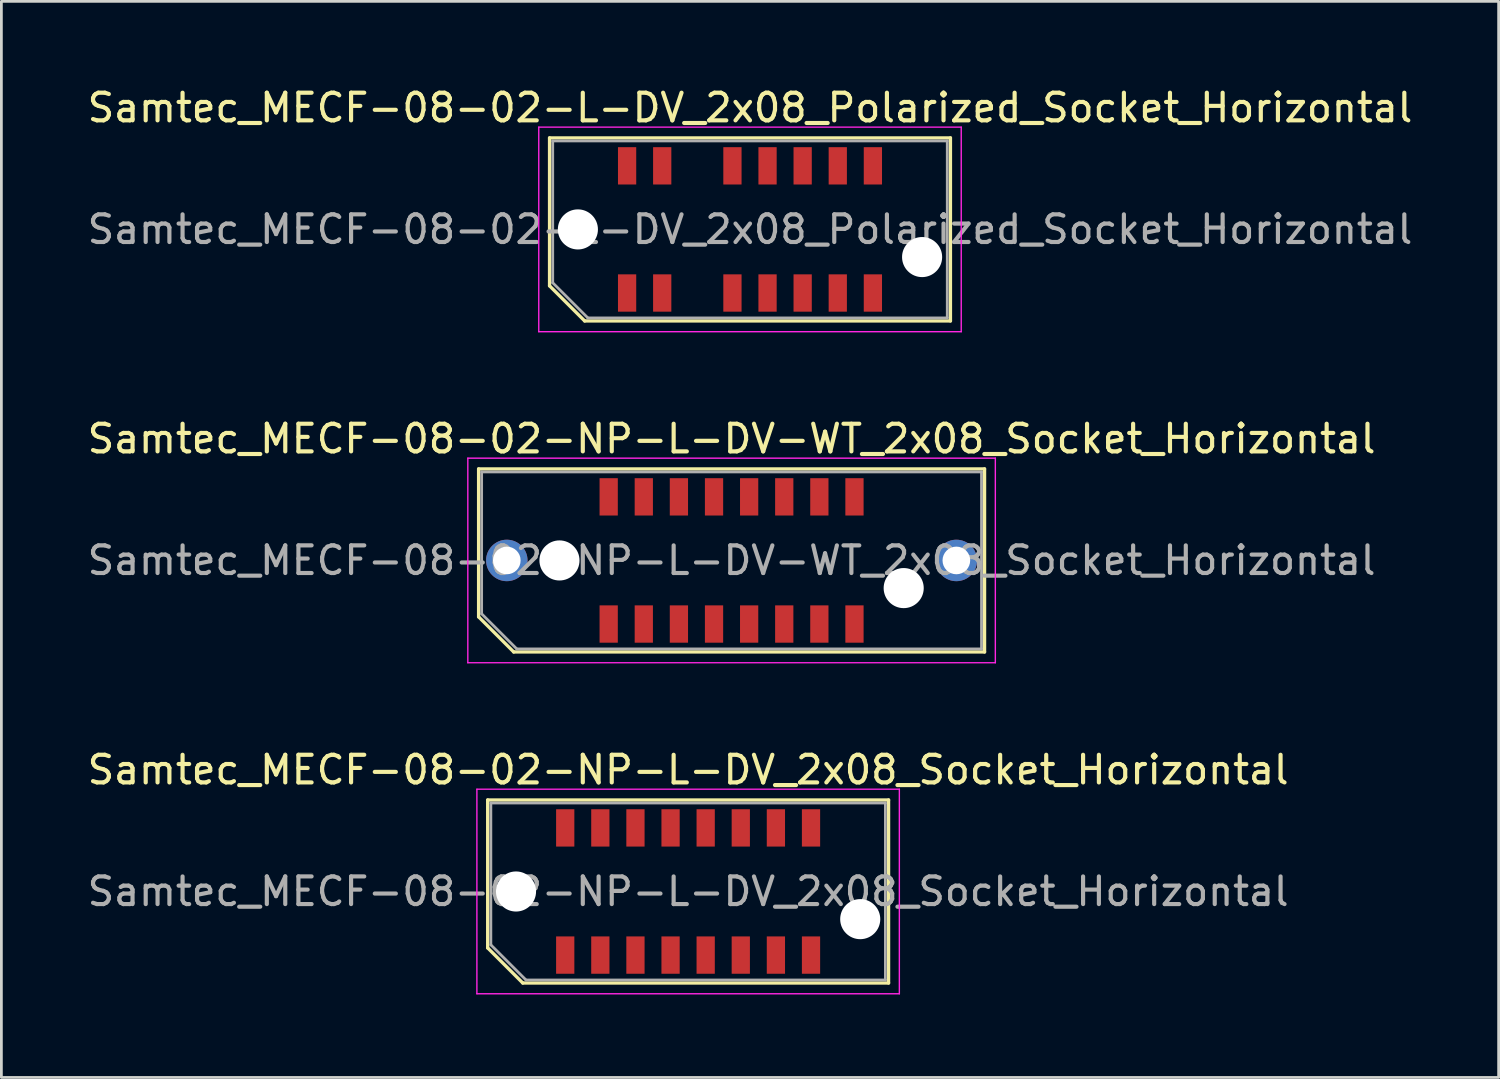
<source format=kicad_pcb>
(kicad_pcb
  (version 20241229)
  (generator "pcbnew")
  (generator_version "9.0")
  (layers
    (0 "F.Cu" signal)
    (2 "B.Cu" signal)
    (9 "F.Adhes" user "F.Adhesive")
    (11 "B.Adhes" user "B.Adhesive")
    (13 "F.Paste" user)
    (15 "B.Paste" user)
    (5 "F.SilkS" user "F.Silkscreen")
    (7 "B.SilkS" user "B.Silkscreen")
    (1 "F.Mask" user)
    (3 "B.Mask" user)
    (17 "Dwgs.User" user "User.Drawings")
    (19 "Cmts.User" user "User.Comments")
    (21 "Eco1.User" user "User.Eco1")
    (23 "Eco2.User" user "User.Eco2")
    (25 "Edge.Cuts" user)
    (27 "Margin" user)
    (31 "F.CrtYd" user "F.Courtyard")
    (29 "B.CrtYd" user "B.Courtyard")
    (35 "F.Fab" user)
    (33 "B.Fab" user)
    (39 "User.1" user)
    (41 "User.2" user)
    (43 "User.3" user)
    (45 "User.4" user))
  (footprint "Samtec_MECF-08-02-NP-L-DV-WT_2x08_Socket_Horizontal"
    (layer "F.Cu")
    (at 23.411 17.221)
    (property "Reference" "Samtec_MECF-08-02-NP-L-DV-WT_2x08_Socket_Horizontal" (at 0 -4.4 0) (layer "F.SilkS") (effects (font (size 1 1) (thickness 0.15))))
    (attr smd)
    (fp_line (start -9.15 -3.31) (end 9.15 -3.31) (stroke (width 0.12) (type solid)) (layer "F.SilkS"))
    (fp_line (start -9.15 2.04) (end -9.15 -3.31) (stroke (width 0.12) (type solid)) (layer "F.SilkS"))
    (fp_line (start -7.88 3.31) (end -9.15 2.04) (stroke (width 0.12) (type solid)) (layer "F.SilkS"))
    (fp_line (start -7.88 3.31) (end 9.15 3.31) (stroke (width 0.12) (type solid)) (layer "F.SilkS"))
    (fp_line (start 9.15 3.31) (end 9.15 -3.31) (stroke (width 0.12) (type solid)) (layer "F.SilkS"))
    (fp_line (start -9.54 -3.7) (end -9.54 3.7) (stroke (width 0.05) (type solid)) (layer "F.CrtYd"))
    (fp_line (start -9.54 3.7) (end 9.54 3.7) (stroke (width 0.05) (type solid)) (layer "F.CrtYd"))
    (fp_line (start 9.54 -3.7) (end -9.54 -3.7) (stroke (width 0.05) (type solid)) (layer "F.CrtYd"))
    (fp_line (start 9.54 3.7) (end 9.54 -3.7) (stroke (width 0.05) (type solid)) (layer "F.CrtYd"))
    (fp_line (start -9.04 -3.2) (end 9.04 -3.2) (stroke (width 0.1) (type solid)) (layer "F.Fab"))
    (fp_line (start -9.04 1.93) (end -9.04 -3.2) (stroke (width 0.1) (type solid)) (layer "F.Fab"))
    (fp_line (start -9.04 1.93) (end -7.77 3.2) (stroke (width 0.1) (type solid)) (layer "F.Fab"))
    (fp_line (start -7.77 3.2) (end 9.04 3.2) (stroke (width 0.1) (type solid)) (layer "F.Fab"))
    (fp_line (start 9.04 3.2) (end 9.04 -3.2) (stroke (width 0.1) (type solid)) (layer "F.Fab"))
    (fp_text user "${REFERENCE}" (at 0 0 0) (layer "F.Fab") (effects (font (size 1 1) (thickness 0.15))))
    (pad "" thru_hole circle (at -8.13 0) (size 1.5 1.5) (drill 1) (layers "*.Cu" "*.Mask"))
    (pad "" np_thru_hole circle (at -6.225 0) (size 1.45 1.45) (drill 1.45) (layers "*.Cu" "*.Mask"))
    (pad "" np_thru_hole circle (at 6.225 1) (size 1.45 1.45) (drill 1.45) (layers "*.Cu" "*.Mask"))
    (pad "" thru_hole circle (at 8.13 0) (size 1.5 1.5) (drill 1) (layers "*.Cu" "*.Mask"))
    (pad "1" smd rect (at -4.445 2.3) (size 0.66 1.35) (layers "F.Cu" "F.Mask" "F.Paste"))
    (pad "2" smd rect (at -4.445 -2.3) (size 0.66 1.35) (layers "F.Cu" "F.Mask" "F.Paste"))
    (pad "3" smd rect (at -3.175 2.3) (size 0.66 1.35) (layers "F.Cu" "F.Mask" "F.Paste"))
    (pad "4" smd rect (at -3.175 -2.3) (size 0.66 1.35) (layers "F.Cu" "F.Mask" "F.Paste"))
    (pad "5" smd rect (at -1.905 2.3) (size 0.66 1.35) (layers "F.Cu" "F.Mask" "F.Paste"))
    (pad "6" smd rect (at -1.905 -2.3) (size 0.66 1.35) (layers "F.Cu" "F.Mask" "F.Paste"))
    (pad "7" smd rect (at -0.635 2.3) (size 0.66 1.35) (layers "F.Cu" "F.Mask" "F.Paste"))
    (pad "8" smd rect (at -0.635 -2.3) (size 0.66 1.35) (layers "F.Cu" "F.Mask" "F.Paste"))
    (pad "9" smd rect (at 0.635 2.3) (size 0.66 1.35) (layers "F.Cu" "F.Mask" "F.Paste"))
    (pad "10" smd rect (at 0.635 -2.3) (size 0.66 1.35) (layers "F.Cu" "F.Mask" "F.Paste"))
    (pad "11" smd rect (at 1.905 2.3) (size 0.66 1.35) (layers "F.Cu" "F.Mask" "F.Paste"))
    (pad "12" smd rect (at 1.905 -2.3) (size 0.66 1.35) (layers "F.Cu" "F.Mask" "F.Paste"))
    (pad "13" smd rect (at 3.175 2.3) (size 0.66 1.35) (layers "F.Cu" "F.Mask" "F.Paste"))
    (pad "14" smd rect (at 3.175 -2.3) (size 0.66 1.35) (layers "F.Cu" "F.Mask" "F.Paste"))
    (pad "15" smd rect (at 4.445 2.3) (size 0.66 1.35) (layers "F.Cu" "F.Mask" "F.Paste"))
    (pad "16" smd rect (at 4.445 -2.3) (size 0.66 1.35) (layers "F.Cu" "F.Mask" "F.Paste")))
  (footprint "Samtec_MECF-08-02-L-DV_2x08_Polarized_Socket_Horizontal"
    (layer "F.Cu")
    (at 24.077 5.248)
    (property "Reference" "Samtec_MECF-08-02-L-DV_2x08_Polarized_Socket_Horizontal" (at 0 -4.4 0) (layer "F.SilkS") (effects (font (size 1 1) (thickness 0.15))))
    (attr smd)
    (fp_line (start -7.25 -3.31) (end 7.25 -3.31) (stroke (width 0.12) (type solid)) (layer "F.SilkS"))
    (fp_line (start -7.25 2.04) (end -7.25 -3.31) (stroke (width 0.12) (type solid)) (layer "F.SilkS"))
    (fp_line (start -5.98 3.31) (end -7.25 2.04) (stroke (width 0.12) (type solid)) (layer "F.SilkS"))
    (fp_line (start -5.98 3.31) (end 7.25 3.31) (stroke (width 0.12) (type solid)) (layer "F.SilkS"))
    (fp_line (start 7.25 3.31) (end 7.25 -3.31) (stroke (width 0.12) (type solid)) (layer "F.SilkS"))
    (fp_line (start -7.64 -3.7) (end -7.64 3.7) (stroke (width 0.05) (type solid)) (layer "F.CrtYd"))
    (fp_line (start -7.64 3.7) (end 7.64 3.7) (stroke (width 0.05) (type solid)) (layer "F.CrtYd"))
    (fp_line (start 7.64 -3.7) (end -7.64 -3.7) (stroke (width 0.05) (type solid)) (layer "F.CrtYd"))
    (fp_line (start 7.64 3.7) (end 7.64 -3.7) (stroke (width 0.05) (type solid)) (layer "F.CrtYd"))
    (fp_line (start -7.135 -3.2) (end 7.135 -3.2) (stroke (width 0.1) (type solid)) (layer "F.Fab"))
    (fp_line (start -7.135 1.93) (end -7.135 -3.2) (stroke (width 0.1) (type solid)) (layer "F.Fab"))
    (fp_line (start -7.135 1.93) (end -5.865 3.2) (stroke (width 0.1) (type solid)) (layer "F.Fab"))
    (fp_line (start -5.865 3.2) (end 7.135 3.2) (stroke (width 0.1) (type solid)) (layer "F.Fab"))
    (fp_line (start 7.135 3.2) (end 7.135 -3.2) (stroke (width 0.1) (type solid)) (layer "F.Fab"))
    (fp_text user "${REFERENCE}" (at 0 0 0) (layer "F.Fab") (effects (font (size 1 1) (thickness 0.15))))
    (pad "" np_thru_hole circle (at -6.225 0) (size 1.45 1.45) (drill 1.45) (layers "*.Cu" "*.Mask"))
    (pad "" np_thru_hole circle (at 6.225 1) (size 1.45 1.45) (drill 1.45) (layers "*.Cu" "*.Mask"))
    (pad "1" smd rect (at -4.445 2.3) (size 0.66 1.35) (layers "F.Cu" "F.Mask" "F.Paste"))
    (pad "2" smd rect (at -4.445 -2.3) (size 0.66 1.35) (layers "F.Cu" "F.Mask" "F.Paste"))
    (pad "3" smd rect (at -3.175 2.3) (size 0.66 1.35) (layers "F.Cu" "F.Mask" "F.Paste"))
    (pad "4" smd rect (at -3.175 -2.3) (size 0.66 1.35) (layers "F.Cu" "F.Mask" "F.Paste"))
    (pad "7" smd rect (at -0.635 2.3) (size 0.66 1.35) (layers "F.Cu" "F.Mask" "F.Paste"))
    (pad "8" smd rect (at -0.635 -2.3) (size 0.66 1.35) (layers "F.Cu" "F.Mask" "F.Paste"))
    (pad "9" smd rect (at 0.635 2.3) (size 0.66 1.35) (layers "F.Cu" "F.Mask" "F.Paste"))
    (pad "10" smd rect (at 0.635 -2.3) (size 0.66 1.35) (layers "F.Cu" "F.Mask" "F.Paste"))
    (pad "11" smd rect (at 1.905 2.3) (size 0.66 1.35) (layers "F.Cu" "F.Mask" "F.Paste"))
    (pad "12" smd rect (at 1.905 -2.3) (size 0.66 1.35) (layers "F.Cu" "F.Mask" "F.Paste"))
    (pad "13" smd rect (at 3.175 2.3) (size 0.66 1.35) (layers "F.Cu" "F.Mask" "F.Paste"))
    (pad "14" smd rect (at 3.175 -2.3) (size 0.66 1.35) (layers "F.Cu" "F.Mask" "F.Paste"))
    (pad "15" smd rect (at 4.445 2.3) (size 0.66 1.35) (layers "F.Cu" "F.Mask" "F.Paste"))
    (pad "16" smd rect (at 4.445 -2.3) (size 0.66 1.35) (layers "F.Cu" "F.Mask" "F.Paste")))
  (footprint "Samtec_MECF-08-02-NP-L-DV_2x08_Socket_Horizontal"
    (layer "F.Cu")
    (at 21.839 29.195)
    (property "Reference" "Samtec_MECF-08-02-NP-L-DV_2x08_Socket_Horizontal" (at 0 -4.4 0) (layer "F.SilkS") (effects (font (size 1 1) (thickness 0.15))))
    (attr smd)
    (fp_line (start -7.25 -3.31) (end 7.25 -3.31) (stroke (width 0.12) (type solid)) (layer "F.SilkS"))
    (fp_line (start -7.25 2.04) (end -7.25 -3.31) (stroke (width 0.12) (type solid)) (layer "F.SilkS"))
    (fp_line (start -5.98 3.31) (end -7.25 2.04) (stroke (width 0.12) (type solid)) (layer "F.SilkS"))
    (fp_line (start -5.98 3.31) (end 7.25 3.31) (stroke (width 0.12) (type solid)) (layer "F.SilkS"))
    (fp_line (start 7.25 3.31) (end 7.25 -3.31) (stroke (width 0.12) (type solid)) (layer "F.SilkS"))
    (fp_line (start -7.64 -3.7) (end -7.64 3.7) (stroke (width 0.05) (type solid)) (layer "F.CrtYd"))
    (fp_line (start -7.64 3.7) (end 7.64 3.7) (stroke (width 0.05) (type solid)) (layer "F.CrtYd"))
    (fp_line (start 7.64 -3.7) (end -7.64 -3.7) (stroke (width 0.05) (type solid)) (layer "F.CrtYd"))
    (fp_line (start 7.64 3.7) (end 7.64 -3.7) (stroke (width 0.05) (type solid)) (layer "F.CrtYd"))
    (fp_line (start -7.135 -3.2) (end 7.135 -3.2) (stroke (width 0.1) (type solid)) (layer "F.Fab"))
    (fp_line (start -7.135 1.93) (end -7.135 -3.2) (stroke (width 0.1) (type solid)) (layer "F.Fab"))
    (fp_line (start -7.135 1.93) (end -5.865 3.2) (stroke (width 0.1) (type solid)) (layer "F.Fab"))
    (fp_line (start -5.865 3.2) (end 7.135 3.2) (stroke (width 0.1) (type solid)) (layer "F.Fab"))
    (fp_line (start 7.135 3.2) (end 7.135 -3.2) (stroke (width 0.1) (type solid)) (layer "F.Fab"))
    (fp_text user "${REFERENCE}" (at 0 0 0) (layer "F.Fab") (effects (font (size 1 1) (thickness 0.15))))
    (pad "" np_thru_hole circle (at -6.225 0) (size 1.45 1.45) (drill 1.45) (layers "*.Cu" "*.Mask"))
    (pad "" np_thru_hole circle (at 6.225 1) (size 1.45 1.45) (drill 1.45) (layers "*.Cu" "*.Mask"))
    (pad "1" smd rect (at -4.445 2.3) (size 0.66 1.35) (layers "F.Cu" "F.Mask" "F.Paste"))
    (pad "2" smd rect (at -4.445 -2.3) (size 0.66 1.35) (layers "F.Cu" "F.Mask" "F.Paste"))
    (pad "3" smd rect (at -3.175 2.3) (size 0.66 1.35) (layers "F.Cu" "F.Mask" "F.Paste"))
    (pad "4" smd rect (at -3.175 -2.3) (size 0.66 1.35) (layers "F.Cu" "F.Mask" "F.Paste"))
    (pad "5" smd rect (at -1.905 2.3) (size 0.66 1.35) (layers "F.Cu" "F.Mask" "F.Paste"))
    (pad "6" smd rect (at -1.905 -2.3) (size 0.66 1.35) (layers "F.Cu" "F.Mask" "F.Paste"))
    (pad "7" smd rect (at -0.635 2.3) (size 0.66 1.35) (layers "F.Cu" "F.Mask" "F.Paste"))
    (pad "8" smd rect (at -0.635 -2.3) (size 0.66 1.35) (layers "F.Cu" "F.Mask" "F.Paste"))
    (pad "9" smd rect (at 0.635 2.3) (size 0.66 1.35) (layers "F.Cu" "F.Mask" "F.Paste"))
    (pad "10" smd rect (at 0.635 -2.3) (size 0.66 1.35) (layers "F.Cu" "F.Mask" "F.Paste"))
    (pad "11" smd rect (at 1.905 2.3) (size 0.66 1.35) (layers "F.Cu" "F.Mask" "F.Paste"))
    (pad "12" smd rect (at 1.905 -2.3) (size 0.66 1.35) (layers "F.Cu" "F.Mask" "F.Paste"))
    (pad "13" smd rect (at 3.175 2.3) (size 0.66 1.35) (layers "F.Cu" "F.Mask" "F.Paste"))
    (pad "14" smd rect (at 3.175 -2.3) (size 0.66 1.35) (layers "F.Cu" "F.Mask" "F.Paste"))
    (pad "15" smd rect (at 4.445 2.3) (size 0.66 1.35) (layers "F.Cu" "F.Mask" "F.Paste"))
    (pad "16" smd rect (at 4.445 -2.3) (size 0.66 1.35) (layers "F.Cu" "F.Mask" "F.Paste")))
  (gr_rect
    (start -3 -3)
    (end 51.155 35.92)
    (stroke (width 0.1) (type default))
    (fill no)
    (layer "Edge.Cuts")))
</source>
